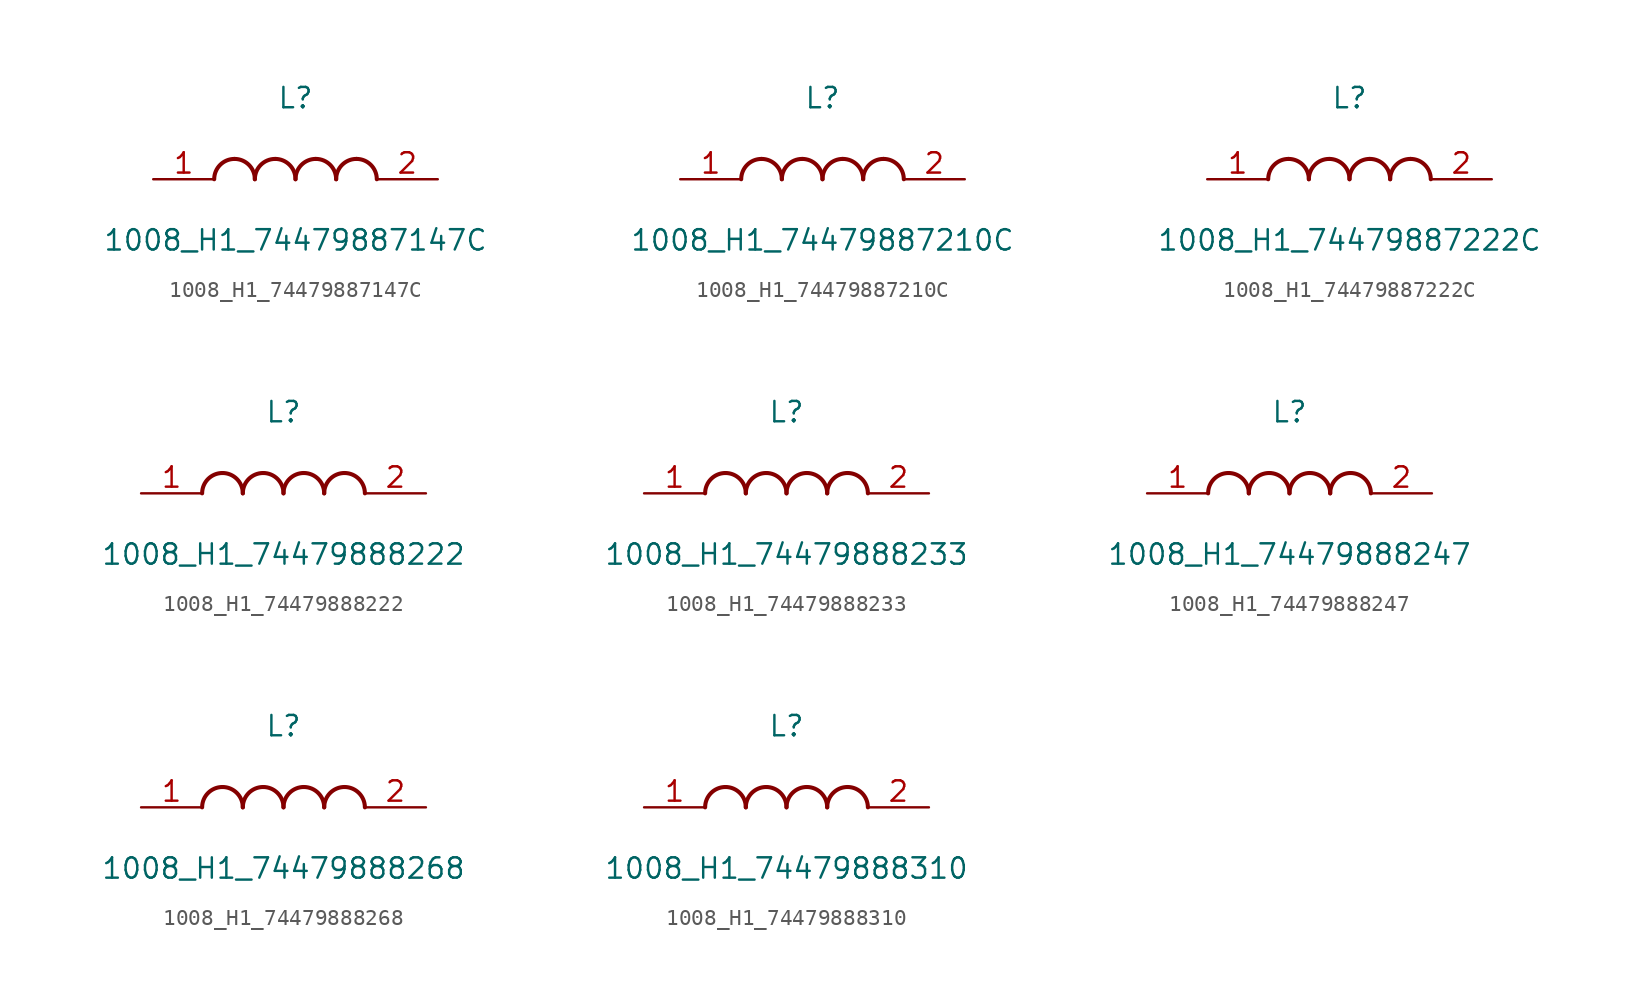
<source format=kicad_sym>
(kicad_symbol_lib
  (version 20211014)
  (generator kicad_symbol_editor)
  (symbol "Inductor_Wurth_WE-PMI:1008_H1_74479887147C"
    (pin_names hide)
    (property "Reference" "L"
      (at 0 5.08 0)
      (effects (font (size 1.27 1.27))))
    (property "Value" "1008_H1_74479887147C"
      (at 0 -3.81 0)
      (effects (font (size 1.27 1.27))))
    (symbol "1008_H1_74479887147C_0_1"
      (arc (start -3.81 1.27) (mid -4.708 0.898) (end -5.08 0) (stroke (width 0.254) (type default) (color 0 0 0 0)) (fill (type none)))
      (arc (start -2.54 0) (mid -2.912 0.898) (end -3.81 1.27) (stroke (width 0.254) (type default) (color 0 0 0 0)) (fill (type none)))
      (arc (start -1.2699 1.2701) (mid -2.1679 0.8981) (end -2.5399 0.0001) (stroke (width 0.254) (type default) (color 0 0 0 0)) (fill (type none)))
      (arc (start 0.0001 0.0001) (mid -0.3719 0.8981) (end -1.2699 1.2701) (stroke (width 0.254) (type default) (color 0 0 0 0)) (fill (type none)))
      (arc (start 1.2701 1.2701) (mid 0.3721 0.8981) (end 0.0001 0.0001) (stroke (width 0.254) (type default) (color 0 0 0 0)) (fill (type none)))
      (arc (start 2.5401 0.0001) (mid 2.1681 0.8981) (end 1.2701 1.2701) (stroke (width 0.254) (type default) (color 0 0 0 0)) (fill (type none)))
      (arc (start 3.8101 1.2701) (mid 2.9121 0.8981) (end 2.5401 0.0001) (stroke (width 0.254) (type default) (color 0 0 0 0)) (fill (type none)))
      (arc (start 5.0801 0.0001) (mid 4.7081 0.8981) (end 3.8101 1.2701) (stroke (width 0.254) (type default) (color 0 0 0 0)) (fill (type none))))
    (symbol "1008_H1_74479887147C_1_1"
      (pin passive line (at -8.89 0 0) (length 3.81) (name "1" (effects (font (size 1.27 1.27)))) (number "1" (effects (font (size 1.27 1.27)))))
      (pin passive line (at 8.89 0 180) (length 3.81) (name "2" (effects (font (size 1.27 1.27)))) (number "2" (effects (font (size 1.27 1.27)))))))
  (symbol "Inductor_Wurth_WE-PMI:1008_H1_74479887210C"
    (pin_names hide)
    (property "Reference" "L"
      (at 0 5.08 0)
      (effects (font (size 1.27 1.27))))
    (property "Value" "1008_H1_74479887210C"
      (at 0 -3.81 0)
      (effects (font (size 1.27 1.27))))
    (symbol "1008_H1_74479887210C_0_1"
      (arc (start -3.81 1.27) (mid -4.708 0.898) (end -5.08 0) (stroke (width 0.254) (type default) (color 0 0 0 0)) (fill (type none)))
      (arc (start -2.54 0) (mid -2.912 0.898) (end -3.81 1.27) (stroke (width 0.254) (type default) (color 0 0 0 0)) (fill (type none)))
      (arc (start -1.2699 1.2701) (mid -2.1679 0.8981) (end -2.5399 0.0001) (stroke (width 0.254) (type default) (color 0 0 0 0)) (fill (type none)))
      (arc (start 0.0001 0.0001) (mid -0.3719 0.8981) (end -1.2699 1.2701) (stroke (width 0.254) (type default) (color 0 0 0 0)) (fill (type none)))
      (arc (start 1.2701 1.2701) (mid 0.3721 0.8981) (end 0.0001 0.0001) (stroke (width 0.254) (type default) (color 0 0 0 0)) (fill (type none)))
      (arc (start 2.5401 0.0001) (mid 2.1681 0.8981) (end 1.2701 1.2701) (stroke (width 0.254) (type default) (color 0 0 0 0)) (fill (type none)))
      (arc (start 3.8101 1.2701) (mid 2.9121 0.8981) (end 2.5401 0.0001) (stroke (width 0.254) (type default) (color 0 0 0 0)) (fill (type none)))
      (arc (start 5.0801 0.0001) (mid 4.7081 0.8981) (end 3.8101 1.2701) (stroke (width 0.254) (type default) (color 0 0 0 0)) (fill (type none))))
    (symbol "1008_H1_74479887210C_1_1"
      (pin passive line (at -8.89 0 0) (length 3.81) (name "1" (effects (font (size 1.27 1.27)))) (number "1" (effects (font (size 1.27 1.27)))))
      (pin passive line (at 8.89 0 180) (length 3.81) (name "2" (effects (font (size 1.27 1.27)))) (number "2" (effects (font (size 1.27 1.27)))))))
  (symbol "Inductor_Wurth_WE-PMI:1008_H1_74479887222C"
    (pin_names hide)
    (property "Reference" "L"
      (at 0 5.08 0)
      (effects (font (size 1.27 1.27))))
    (property "Value" "1008_H1_74479887222C"
      (at 0 -3.81 0)
      (effects (font (size 1.27 1.27))))
    (symbol "1008_H1_74479887222C_0_1"
      (arc (start -3.81 1.27) (mid -4.708 0.898) (end -5.08 0) (stroke (width 0.254) (type default) (color 0 0 0 0)) (fill (type none)))
      (arc (start -2.54 0) (mid -2.912 0.898) (end -3.81 1.27) (stroke (width 0.254) (type default) (color 0 0 0 0)) (fill (type none)))
      (arc (start -1.2699 1.2701) (mid -2.1679 0.8981) (end -2.5399 0.0001) (stroke (width 0.254) (type default) (color 0 0 0 0)) (fill (type none)))
      (arc (start 0.0001 0.0001) (mid -0.3719 0.8981) (end -1.2699 1.2701) (stroke (width 0.254) (type default) (color 0 0 0 0)) (fill (type none)))
      (arc (start 1.2701 1.2701) (mid 0.3721 0.8981) (end 0.0001 0.0001) (stroke (width 0.254) (type default) (color 0 0 0 0)) (fill (type none)))
      (arc (start 2.5401 0.0001) (mid 2.1681 0.8981) (end 1.2701 1.2701) (stroke (width 0.254) (type default) (color 0 0 0 0)) (fill (type none)))
      (arc (start 3.8101 1.2701) (mid 2.9121 0.8981) (end 2.5401 0.0001) (stroke (width 0.254) (type default) (color 0 0 0 0)) (fill (type none)))
      (arc (start 5.0801 0.0001) (mid 4.7081 0.8981) (end 3.8101 1.2701) (stroke (width 0.254) (type default) (color 0 0 0 0)) (fill (type none))))
    (symbol "1008_H1_74479887222C_1_1"
      (pin passive line (at -8.89 0 0) (length 3.81) (name "1" (effects (font (size 1.27 1.27)))) (number "1" (effects (font (size 1.27 1.27)))))
      (pin passive line (at 8.89 0 180) (length 3.81) (name "2" (effects (font (size 1.27 1.27)))) (number "2" (effects (font (size 1.27 1.27)))))))
  (symbol "Inductor_Wurth_WE-PMI:1008_H1_74479888222"
    (pin_names hide)
    (property "Reference" "L"
      (at 0 5.08 0)
      (effects (font (size 1.27 1.27))))
    (property "Value" "1008_H1_74479888222"
      (at 0 -3.81 0)
      (effects (font (size 1.27 1.27))))
    (symbol "1008_H1_74479888222_0_1"
      (arc (start -3.81 1.27) (mid -4.708 0.898) (end -5.08 0) (stroke (width 0.254) (type default) (color 0 0 0 0)) (fill (type none)))
      (arc (start -2.54 0) (mid -2.912 0.898) (end -3.81 1.27) (stroke (width 0.254) (type default) (color 0 0 0 0)) (fill (type none)))
      (arc (start -1.2699 1.2701) (mid -2.1679 0.8981) (end -2.5399 0.0001) (stroke (width 0.254) (type default) (color 0 0 0 0)) (fill (type none)))
      (arc (start 0.0001 0.0001) (mid -0.3719 0.8981) (end -1.2699 1.2701) (stroke (width 0.254) (type default) (color 0 0 0 0)) (fill (type none)))
      (arc (start 1.2701 1.2701) (mid 0.3721 0.8981) (end 0.0001 0.0001) (stroke (width 0.254) (type default) (color 0 0 0 0)) (fill (type none)))
      (arc (start 2.5401 0.0001) (mid 2.1681 0.8981) (end 1.2701 1.2701) (stroke (width 0.254) (type default) (color 0 0 0 0)) (fill (type none)))
      (arc (start 3.8101 1.2701) (mid 2.9121 0.8981) (end 2.5401 0.0001) (stroke (width 0.254) (type default) (color 0 0 0 0)) (fill (type none)))
      (arc (start 5.0801 0.0001) (mid 4.7081 0.8981) (end 3.8101 1.2701) (stroke (width 0.254) (type default) (color 0 0 0 0)) (fill (type none))))
    (symbol "1008_H1_74479888222_1_1"
      (pin passive line (at -8.89 0 0) (length 3.81) (name "1" (effects (font (size 1.27 1.27)))) (number "1" (effects (font (size 1.27 1.27)))))
      (pin passive line (at 8.89 0 180) (length 3.81) (name "2" (effects (font (size 1.27 1.27)))) (number "2" (effects (font (size 1.27 1.27)))))))
  (symbol "Inductor_Wurth_WE-PMI:1008_H1_74479888233"
    (pin_names hide)
    (property "Reference" "L"
      (at 0 5.08 0)
      (effects (font (size 1.27 1.27))))
    (property "Value" "1008_H1_74479888233"
      (at 0 -3.81 0)
      (effects (font (size 1.27 1.27))))
    (symbol "1008_H1_74479888233_0_1"
      (arc (start -3.81 1.27) (mid -4.708 0.898) (end -5.08 0) (stroke (width 0.254) (type default) (color 0 0 0 0)) (fill (type none)))
      (arc (start -2.54 0) (mid -2.912 0.898) (end -3.81 1.27) (stroke (width 0.254) (type default) (color 0 0 0 0)) (fill (type none)))
      (arc (start -1.2699 1.2701) (mid -2.1679 0.8981) (end -2.5399 0.0001) (stroke (width 0.254) (type default) (color 0 0 0 0)) (fill (type none)))
      (arc (start 0.0001 0.0001) (mid -0.3719 0.8981) (end -1.2699 1.2701) (stroke (width 0.254) (type default) (color 0 0 0 0)) (fill (type none)))
      (arc (start 1.2701 1.2701) (mid 0.3721 0.8981) (end 0.0001 0.0001) (stroke (width 0.254) (type default) (color 0 0 0 0)) (fill (type none)))
      (arc (start 2.5401 0.0001) (mid 2.1681 0.8981) (end 1.2701 1.2701) (stroke (width 0.254) (type default) (color 0 0 0 0)) (fill (type none)))
      (arc (start 3.8101 1.2701) (mid 2.9121 0.8981) (end 2.5401 0.0001) (stroke (width 0.254) (type default) (color 0 0 0 0)) (fill (type none)))
      (arc (start 5.0801 0.0001) (mid 4.7081 0.8981) (end 3.8101 1.2701) (stroke (width 0.254) (type default) (color 0 0 0 0)) (fill (type none))))
    (symbol "1008_H1_74479888233_1_1"
      (pin passive line (at -8.89 0 0) (length 3.81) (name "1" (effects (font (size 1.27 1.27)))) (number "1" (effects (font (size 1.27 1.27)))))
      (pin passive line (at 8.89 0 180) (length 3.81) (name "2" (effects (font (size 1.27 1.27)))) (number "2" (effects (font (size 1.27 1.27)))))))
  (symbol "Inductor_Wurth_WE-PMI:1008_H1_74479888247"
    (pin_names hide)
    (property "Reference" "L"
      (at 0 5.08 0)
      (effects (font (size 1.27 1.27))))
    (property "Value" "1008_H1_74479888247"
      (at 0 -3.81 0)
      (effects (font (size 1.27 1.27))))
    (symbol "1008_H1_74479888247_0_1"
      (arc (start -3.81 1.27) (mid -4.708 0.898) (end -5.08 0) (stroke (width 0.254) (type default) (color 0 0 0 0)) (fill (type none)))
      (arc (start -2.54 0) (mid -2.912 0.898) (end -3.81 1.27) (stroke (width 0.254) (type default) (color 0 0 0 0)) (fill (type none)))
      (arc (start -1.2699 1.2701) (mid -2.1679 0.8981) (end -2.5399 0.0001) (stroke (width 0.254) (type default) (color 0 0 0 0)) (fill (type none)))
      (arc (start 0.0001 0.0001) (mid -0.3719 0.8981) (end -1.2699 1.2701) (stroke (width 0.254) (type default) (color 0 0 0 0)) (fill (type none)))
      (arc (start 1.2701 1.2701) (mid 0.3721 0.8981) (end 0.0001 0.0001) (stroke (width 0.254) (type default) (color 0 0 0 0)) (fill (type none)))
      (arc (start 2.5401 0.0001) (mid 2.1681 0.8981) (end 1.2701 1.2701) (stroke (width 0.254) (type default) (color 0 0 0 0)) (fill (type none)))
      (arc (start 3.8101 1.2701) (mid 2.9121 0.8981) (end 2.5401 0.0001) (stroke (width 0.254) (type default) (color 0 0 0 0)) (fill (type none)))
      (arc (start 5.0801 0.0001) (mid 4.7081 0.8981) (end 3.8101 1.2701) (stroke (width 0.254) (type default) (color 0 0 0 0)) (fill (type none))))
    (symbol "1008_H1_74479888247_1_1"
      (pin passive line (at -8.89 0 0) (length 3.81) (name "1" (effects (font (size 1.27 1.27)))) (number "1" (effects (font (size 1.27 1.27)))))
      (pin passive line (at 8.89 0 180) (length 3.81) (name "2" (effects (font (size 1.27 1.27)))) (number "2" (effects (font (size 1.27 1.27)))))))
  (symbol "Inductor_Wurth_WE-PMI:1008_H1_74479888268"
    (pin_names hide)
    (property "Reference" "L"
      (at 0 5.08 0)
      (effects (font (size 1.27 1.27))))
    (property "Value" "1008_H1_74479888268"
      (at 0 -3.81 0)
      (effects (font (size 1.27 1.27))))
    (symbol "1008_H1_74479888268_0_1"
      (arc (start -3.81 1.27) (mid -4.708 0.898) (end -5.08 0) (stroke (width 0.254) (type default) (color 0 0 0 0)) (fill (type none)))
      (arc (start -2.54 0) (mid -2.912 0.898) (end -3.81 1.27) (stroke (width 0.254) (type default) (color 0 0 0 0)) (fill (type none)))
      (arc (start -1.2699 1.2701) (mid -2.1679 0.8981) (end -2.5399 0.0001) (stroke (width 0.254) (type default) (color 0 0 0 0)) (fill (type none)))
      (arc (start 0.0001 0.0001) (mid -0.3719 0.8981) (end -1.2699 1.2701) (stroke (width 0.254) (type default) (color 0 0 0 0)) (fill (type none)))
      (arc (start 1.2701 1.2701) (mid 0.3721 0.8981) (end 0.0001 0.0001) (stroke (width 0.254) (type default) (color 0 0 0 0)) (fill (type none)))
      (arc (start 2.5401 0.0001) (mid 2.1681 0.8981) (end 1.2701 1.2701) (stroke (width 0.254) (type default) (color 0 0 0 0)) (fill (type none)))
      (arc (start 3.8101 1.2701) (mid 2.9121 0.8981) (end 2.5401 0.0001) (stroke (width 0.254) (type default) (color 0 0 0 0)) (fill (type none)))
      (arc (start 5.0801 0.0001) (mid 4.7081 0.8981) (end 3.8101 1.2701) (stroke (width 0.254) (type default) (color 0 0 0 0)) (fill (type none))))
    (symbol "1008_H1_74479888268_1_1"
      (pin passive line (at -8.89 0 0) (length 3.81) (name "1" (effects (font (size 1.27 1.27)))) (number "1" (effects (font (size 1.27 1.27)))))
      (pin passive line (at 8.89 0 180) (length 3.81) (name "2" (effects (font (size 1.27 1.27)))) (number "2" (effects (font (size 1.27 1.27)))))))
  (symbol "Inductor_Wurth_WE-PMI:1008_H1_74479888310"
    (pin_names hide)
    (property "Reference" "L"
      (at 0 5.08 0)
      (effects (font (size 1.27 1.27))))
    (property "Value" "1008_H1_74479888310"
      (at 0 -3.81 0)
      (effects (font (size 1.27 1.27))))
    (symbol "1008_H1_74479888310_0_1"
      (arc (start -3.81 1.27) (mid -4.708 0.898) (end -5.08 0) (stroke (width 0.254) (type default) (color 0 0 0 0)) (fill (type none)))
      (arc (start -2.54 0) (mid -2.912 0.898) (end -3.81 1.27) (stroke (width 0.254) (type default) (color 0 0 0 0)) (fill (type none)))
      (arc (start -1.2699 1.2701) (mid -2.1679 0.8981) (end -2.5399 0.0001) (stroke (width 0.254) (type default) (color 0 0 0 0)) (fill (type none)))
      (arc (start 0.0001 0.0001) (mid -0.3719 0.8981) (end -1.2699 1.2701) (stroke (width 0.254) (type default) (color 0 0 0 0)) (fill (type none)))
      (arc (start 1.2701 1.2701) (mid 0.3721 0.8981) (end 0.0001 0.0001) (stroke (width 0.254) (type default) (color 0 0 0 0)) (fill (type none)))
      (arc (start 2.5401 0.0001) (mid 2.1681 0.8981) (end 1.2701 1.2701) (stroke (width 0.254) (type default) (color 0 0 0 0)) (fill (type none)))
      (arc (start 3.8101 1.2701) (mid 2.9121 0.8981) (end 2.5401 0.0001) (stroke (width 0.254) (type default) (color 0 0 0 0)) (fill (type none)))
      (arc (start 5.0801 0.0001) (mid 4.7081 0.8981) (end 3.8101 1.2701) (stroke (width 0.254) (type default) (color 0 0 0 0)) (fill (type none))))
    (symbol "1008_H1_74479888310_1_1"
      (pin passive line (at -8.89 0 0) (length 3.81) (name "1" (effects (font (size 1.27 1.27)))) (number "1" (effects (font (size 1.27 1.27)))))
      (pin passive line (at 8.89 0 180) (length 3.81) (name "2" (effects (font (size 1.27 1.27)))) (number "2" (effects (font (size 1.27 1.27))))))))
</source>
